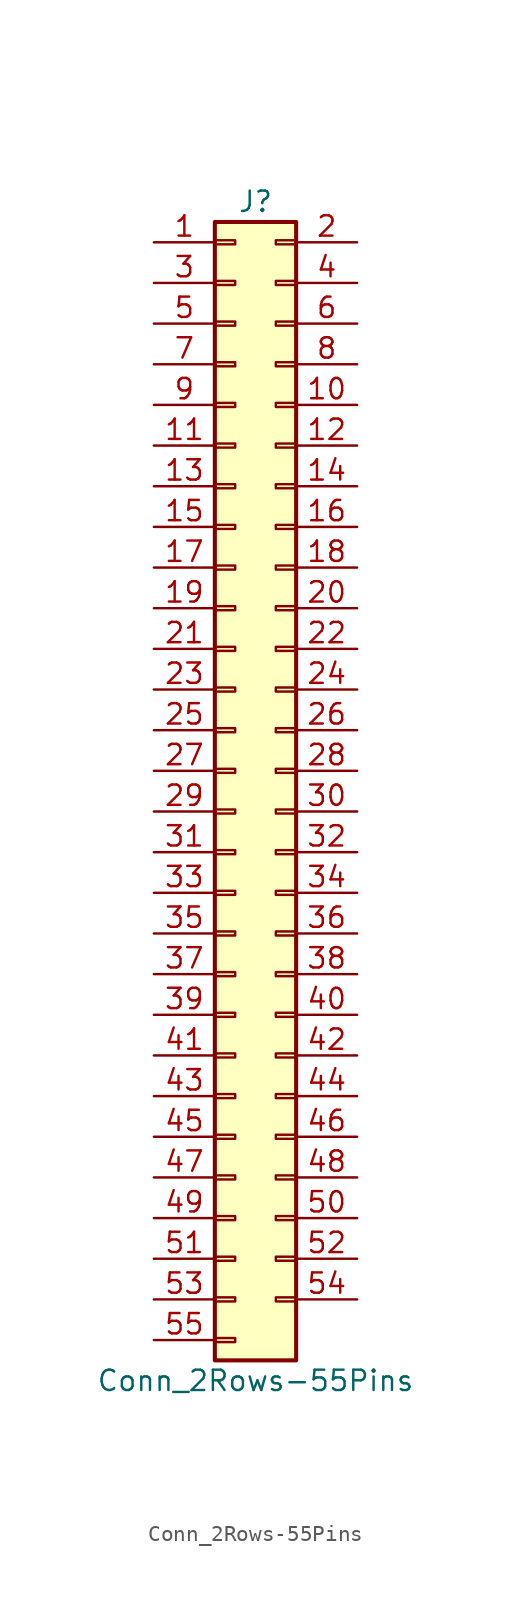
<source format=kicad_sym>
(kicad_symbol_lib
  (version 20201005)
  (generator kicad_symbol_editor)
  (symbol "Connector_Generic:Conn_2Rows-55Pins"
    (pin_names
      (offset 1.016) hide)
    (property "Reference" "J"
      (at 1.27 35.56 0)
      (effects (font (size 1.27 1.27))))
    (property "Value" "Conn_2Rows-55Pins"
      (at 1.27 -38.1 0)
      (effects (font (size 1.27 1.27))))
    (symbol "Conn_2Rows-55Pins_1_1"
      (rectangle (start -1.27 -27.813) (end 0 -28.067) (stroke (width 0.152)) (fill (type none)))
      (rectangle (start -1.27 -30.353) (end 0 -30.607) (stroke (width 0.152)) (fill (type none)))
      (rectangle (start -1.27 -32.893) (end 0 -33.147) (stroke (width 0.152)) (fill (type none)))
      (rectangle (start -1.27 -35.433) (end 0 -35.687) (stroke (width 0.152)) (fill (type none)))
      (rectangle (start -1.27 -4.953) (end 0 -5.207) (stroke (width 0.152)) (fill (type none)))
      (rectangle (start -1.27 -7.493) (end 0 -7.747) (stroke (width 0.152)) (fill (type none)))
      (rectangle (start -1.27 -10.033) (end 0 -10.287) (stroke (width 0.152)) (fill (type none)))
      (rectangle (start -1.27 -12.573) (end 0 -12.827) (stroke (width 0.152)) (fill (type none)))
      (rectangle (start -1.27 -15.113) (end 0 -15.367) (stroke (width 0.152)) (fill (type none)))
      (rectangle (start -1.27 -17.653) (end 0 -17.907) (stroke (width 0.152)) (fill (type none)))
      (rectangle (start -1.27 -20.193) (end 0 -20.447) (stroke (width 0.152)) (fill (type none)))
      (rectangle (start -1.27 -22.733) (end 0 -22.987) (stroke (width 0.152)) (fill (type none)))
      (rectangle (start -1.27 -2.413) (end 0 -2.667) (stroke (width 0.152)) (fill (type none)))
      (rectangle (start -1.27 -25.273) (end 0 -25.527) (stroke (width 0.152)) (fill (type none)))
      (rectangle (start -1.27 25.527) (end 0 25.273) (stroke (width 0.152)) (fill (type none)))
      (rectangle (start -1.27 2.667) (end 0 2.413) (stroke (width 0.152)) (fill (type none)))
      (rectangle (start -1.27 28.067) (end 0 27.813) (stroke (width 0.152)) (fill (type none)))
      (rectangle (start -1.27 30.607) (end 0 30.353) (stroke (width 0.152)) (fill (type none)))
      (rectangle (start -1.27 33.147) (end 0 32.893) (stroke (width 0.152)) (fill (type none)))
      (rectangle (start -1.27 34.29) (end 3.81 -36.83) (stroke (width 0.254)) (fill (type background)))
      (rectangle (start -1.27 5.207) (end 0 4.953) (stroke (width 0.152)) (fill (type none)))
      (rectangle (start -1.27 7.747) (end 0 7.493) (stroke (width 0.152)) (fill (type none)))
      (rectangle (start -1.27 10.287) (end 0 10.033) (stroke (width 0.152)) (fill (type none)))
      (rectangle (start -1.27 0.127) (end 0 -0.127) (stroke (width 0.152)) (fill (type none)))
      (rectangle (start -1.27 12.827) (end 0 12.573) (stroke (width 0.152)) (fill (type none)))
      (rectangle (start -1.27 15.367) (end 0 15.113) (stroke (width 0.152)) (fill (type none)))
      (rectangle (start -1.27 17.907) (end 0 17.653) (stroke (width 0.152)) (fill (type none)))
      (rectangle (start -1.27 20.447) (end 0 20.193) (stroke (width 0.152)) (fill (type none)))
      (rectangle (start -1.27 22.987) (end 0 22.733) (stroke (width 0.152)) (fill (type none)))
      (rectangle (start 3.81 -27.813) (end 2.54 -28.067) (stroke (width 0.152)) (fill (type none)))
      (rectangle (start 3.81 -30.353) (end 2.54 -30.607) (stroke (width 0.152)) (fill (type none)))
      (rectangle (start 3.81 -32.893) (end 2.54 -33.147) (stroke (width 0.152)) (fill (type none)))
      (rectangle (start 3.81 -4.953) (end 2.54 -5.207) (stroke (width 0.152)) (fill (type none)))
      (rectangle (start 3.81 -7.493) (end 2.54 -7.747) (stroke (width 0.152)) (fill (type none)))
      (rectangle (start 3.81 -10.033) (end 2.54 -10.287) (stroke (width 0.152)) (fill (type none)))
      (rectangle (start 3.81 -12.573) (end 2.54 -12.827) (stroke (width 0.152)) (fill (type none)))
      (rectangle (start 3.81 -15.113) (end 2.54 -15.367) (stroke (width 0.152)) (fill (type none)))
      (rectangle (start 3.81 -17.653) (end 2.54 -17.907) (stroke (width 0.152)) (fill (type none)))
      (rectangle (start 3.81 -20.193) (end 2.54 -20.447) (stroke (width 0.152)) (fill (type none)))
      (rectangle (start 3.81 -22.733) (end 2.54 -22.987) (stroke (width 0.152)) (fill (type none)))
      (rectangle (start 3.81 -2.413) (end 2.54 -2.667) (stroke (width 0.152)) (fill (type none)))
      (rectangle (start 3.81 -25.273) (end 2.54 -25.527) (stroke (width 0.152)) (fill (type none)))
      (rectangle (start 3.81 25.527) (end 2.54 25.273) (stroke (width 0.152)) (fill (type none)))
      (rectangle (start 3.81 2.667) (end 2.54 2.413) (stroke (width 0.152)) (fill (type none)))
      (rectangle (start 3.81 28.067) (end 2.54 27.813) (stroke (width 0.152)) (fill (type none)))
      (rectangle (start 3.81 30.607) (end 2.54 30.353) (stroke (width 0.152)) (fill (type none)))
      (rectangle (start 3.81 33.147) (end 2.54 32.893) (stroke (width 0.152)) (fill (type none)))
      (rectangle (start 3.81 5.207) (end 2.54 4.953) (stroke (width 0.152)) (fill (type none)))
      (rectangle (start 3.81 7.747) (end 2.54 7.493) (stroke (width 0.152)) (fill (type none)))
      (rectangle (start 3.81 10.287) (end 2.54 10.033) (stroke (width 0.152)) (fill (type none)))
      (rectangle (start 3.81 0.127) (end 2.54 -0.127) (stroke (width 0.152)) (fill (type none)))
      (rectangle (start 3.81 12.827) (end 2.54 12.573) (stroke (width 0.152)) (fill (type none)))
      (rectangle (start 3.81 15.367) (end 2.54 15.113) (stroke (width 0.152)) (fill (type none)))
      (rectangle (start 3.81 17.907) (end 2.54 17.653) (stroke (width 0.152)) (fill (type none)))
      (rectangle (start 3.81 20.447) (end 2.54 20.193) (stroke (width 0.152)) (fill (type none)))
      (rectangle (start 3.81 22.987) (end 2.54 22.733) (stroke (width 0.152)) (fill (type none)))
      (pin passive line (at -5.08 33.02 0) (length 3.81) (name "Pin_1" (effects (font (size 1.27 1.27)))) (number "1" (effects (font (size 1.27 1.27)))))
      (pin passive line (at 7.62 22.86 180) (length 3.81) (name "Pin_10" (effects (font (size 1.27 1.27)))) (number "10" (effects (font (size 1.27 1.27)))))
      (pin passive line (at -5.08 20.32 0) (length 3.81) (name "Pin_11" (effects (font (size 1.27 1.27)))) (number "11" (effects (font (size 1.27 1.27)))))
      (pin passive line (at 7.62 20.32 180) (length 3.81) (name "Pin_12" (effects (font (size 1.27 1.27)))) (number "12" (effects (font (size 1.27 1.27)))))
      (pin passive line (at -5.08 17.78 0) (length 3.81) (name "Pin_13" (effects (font (size 1.27 1.27)))) (number "13" (effects (font (size 1.27 1.27)))))
      (pin passive line (at 7.62 17.78 180) (length 3.81) (name "Pin_14" (effects (font (size 1.27 1.27)))) (number "14" (effects (font (size 1.27 1.27)))))
      (pin passive line (at -5.08 15.24 0) (length 3.81) (name "Pin_15" (effects (font (size 1.27 1.27)))) (number "15" (effects (font (size 1.27 1.27)))))
      (pin passive line (at 7.62 15.24 180) (length 3.81) (name "Pin_16" (effects (font (size 1.27 1.27)))) (number "16" (effects (font (size 1.27 1.27)))))
      (pin passive line (at -5.08 12.7 0) (length 3.81) (name "Pin_17" (effects (font (size 1.27 1.27)))) (number "17" (effects (font (size 1.27 1.27)))))
      (pin passive line (at 7.62 12.7 180) (length 3.81) (name "Pin_18" (effects (font (size 1.27 1.27)))) (number "18" (effects (font (size 1.27 1.27)))))
      (pin passive line (at -5.08 10.16 0) (length 3.81) (name "Pin_19" (effects (font (size 1.27 1.27)))) (number "19" (effects (font (size 1.27 1.27)))))
      (pin passive line (at 7.62 33.02 180) (length 3.81) (name "Pin_2" (effects (font (size 1.27 1.27)))) (number "2" (effects (font (size 1.27 1.27)))))
      (pin passive line (at 7.62 10.16 180) (length 3.81) (name "Pin_20" (effects (font (size 1.27 1.27)))) (number "20" (effects (font (size 1.27 1.27)))))
      (pin passive line (at -5.08 7.62 0) (length 3.81) (name "Pin_21" (effects (font (size 1.27 1.27)))) (number "21" (effects (font (size 1.27 1.27)))))
      (pin passive line (at 7.62 7.62 180) (length 3.81) (name "Pin_22" (effects (font (size 1.27 1.27)))) (number "22" (effects (font (size 1.27 1.27)))))
      (pin passive line (at -5.08 5.08 0) (length 3.81) (name "Pin_23" (effects (font (size 1.27 1.27)))) (number "23" (effects (font (size 1.27 1.27)))))
      (pin passive line (at 7.62 5.08 180) (length 3.81) (name "Pin_24" (effects (font (size 1.27 1.27)))) (number "24" (effects (font (size 1.27 1.27)))))
      (pin passive line (at -5.08 2.54 0) (length 3.81) (name "Pin_25" (effects (font (size 1.27 1.27)))) (number "25" (effects (font (size 1.27 1.27)))))
      (pin passive line (at 7.62 2.54 180) (length 3.81) (name "Pin_26" (effects (font (size 1.27 1.27)))) (number "26" (effects (font (size 1.27 1.27)))))
      (pin passive line (at -5.08 0 0) (length 3.81) (name "Pin_27" (effects (font (size 1.27 1.27)))) (number "27" (effects (font (size 1.27 1.27)))))
      (pin passive line (at 7.62 0 180) (length 3.81) (name "Pin_28" (effects (font (size 1.27 1.27)))) (number "28" (effects (font (size 1.27 1.27)))))
      (pin passive line (at -5.08 -2.54 0) (length 3.81) (name "Pin_29" (effects (font (size 1.27 1.27)))) (number "29" (effects (font (size 1.27 1.27)))))
      (pin passive line (at -5.08 30.48 0) (length 3.81) (name "Pin_3" (effects (font (size 1.27 1.27)))) (number "3" (effects (font (size 1.27 1.27)))))
      (pin passive line (at 7.62 -2.54 180) (length 3.81) (name "Pin_30" (effects (font (size 1.27 1.27)))) (number "30" (effects (font (size 1.27 1.27)))))
      (pin passive line (at -5.08 -5.08 0) (length 3.81) (name "Pin_31" (effects (font (size 1.27 1.27)))) (number "31" (effects (font (size 1.27 1.27)))))
      (pin passive line (at 7.62 -5.08 180) (length 3.81) (name "Pin_32" (effects (font (size 1.27 1.27)))) (number "32" (effects (font (size 1.27 1.27)))))
      (pin passive line (at -5.08 -7.62 0) (length 3.81) (name "Pin_33" (effects (font (size 1.27 1.27)))) (number "33" (effects (font (size 1.27 1.27)))))
      (pin passive line (at 7.62 -7.62 180) (length 3.81) (name "Pin_34" (effects (font (size 1.27 1.27)))) (number "34" (effects (font (size 1.27 1.27)))))
      (pin passive line (at -5.08 -10.16 0) (length 3.81) (name "Pin_35" (effects (font (size 1.27 1.27)))) (number "35" (effects (font (size 1.27 1.27)))))
      (pin passive line (at 7.62 -10.16 180) (length 3.81) (name "Pin_36" (effects (font (size 1.27 1.27)))) (number "36" (effects (font (size 1.27 1.27)))))
      (pin passive line (at -5.08 -12.7 0) (length 3.81) (name "Pin_37" (effects (font (size 1.27 1.27)))) (number "37" (effects (font (size 1.27 1.27)))))
      (pin passive line (at 7.62 -12.7 180) (length 3.81) (name "Pin_38" (effects (font (size 1.27 1.27)))) (number "38" (effects (font (size 1.27 1.27)))))
      (pin passive line (at -5.08 -15.24 0) (length 3.81) (name "Pin_39" (effects (font (size 1.27 1.27)))) (number "39" (effects (font (size 1.27 1.27)))))
      (pin passive line (at 7.62 30.48 180) (length 3.81) (name "Pin_4" (effects (font (size 1.27 1.27)))) (number "4" (effects (font (size 1.27 1.27)))))
      (pin passive line (at 7.62 -15.24 180) (length 3.81) (name "Pin_40" (effects (font (size 1.27 1.27)))) (number "40" (effects (font (size 1.27 1.27)))))
      (pin passive line (at -5.08 -17.78 0) (length 3.81) (name "Pin_41" (effects (font (size 1.27 1.27)))) (number "41" (effects (font (size 1.27 1.27)))))
      (pin passive line (at 7.62 -17.78 180) (length 3.81) (name "Pin_42" (effects (font (size 1.27 1.27)))) (number "42" (effects (font (size 1.27 1.27)))))
      (pin passive line (at -5.08 -20.32 0) (length 3.81) (name "Pin_43" (effects (font (size 1.27 1.27)))) (number "43" (effects (font (size 1.27 1.27)))))
      (pin passive line (at 7.62 -20.32 180) (length 3.81) (name "Pin_44" (effects (font (size 1.27 1.27)))) (number "44" (effects (font (size 1.27 1.27)))))
      (pin passive line (at -5.08 -22.86 0) (length 3.81) (name "Pin_45" (effects (font (size 1.27 1.27)))) (number "45" (effects (font (size 1.27 1.27)))))
      (pin passive line (at 7.62 -22.86 180) (length 3.81) (name "Pin_46" (effects (font (size 1.27 1.27)))) (number "46" (effects (font (size 1.27 1.27)))))
      (pin passive line (at -5.08 -25.4 0) (length 3.81) (name "Pin_47" (effects (font (size 1.27 1.27)))) (number "47" (effects (font (size 1.27 1.27)))))
      (pin passive line (at 7.62 -25.4 180) (length 3.81) (name "Pin_48" (effects (font (size 1.27 1.27)))) (number "48" (effects (font (size 1.27 1.27)))))
      (pin passive line (at -5.08 -27.94 0) (length 3.81) (name "Pin_49" (effects (font (size 1.27 1.27)))) (number "49" (effects (font (size 1.27 1.27)))))
      (pin passive line (at -5.08 27.94 0) (length 3.81) (name "Pin_5" (effects (font (size 1.27 1.27)))) (number "5" (effects (font (size 1.27 1.27)))))
      (pin passive line (at 7.62 -27.94 180) (length 3.81) (name "Pin_50" (effects (font (size 1.27 1.27)))) (number "50" (effects (font (size 1.27 1.27)))))
      (pin passive line (at -5.08 -30.48 0) (length 3.81) (name "Pin_51" (effects (font (size 1.27 1.27)))) (number "51" (effects (font (size 1.27 1.27)))))
      (pin passive line (at 7.62 -30.48 180) (length 3.81) (name "Pin_52" (effects (font (size 1.27 1.27)))) (number "52" (effects (font (size 1.27 1.27)))))
      (pin passive line (at -5.08 -33.02 0) (length 3.81) (name "Pin_53" (effects (font (size 1.27 1.27)))) (number "53" (effects (font (size 1.27 1.27)))))
      (pin passive line (at 7.62 -33.02 180) (length 3.81) (name "Pin_54" (effects (font (size 1.27 1.27)))) (number "54" (effects (font (size 1.27 1.27)))))
      (pin passive line (at -5.08 -35.56 0) (length 3.81) (name "Pin_55" (effects (font (size 1.27 1.27)))) (number "55" (effects (font (size 1.27 1.27)))))
      (pin passive line (at 7.62 27.94 180) (length 3.81) (name "Pin_6" (effects (font (size 1.27 1.27)))) (number "6" (effects (font (size 1.27 1.27)))))
      (pin passive line (at -5.08 25.4 0) (length 3.81) (name "Pin_7" (effects (font (size 1.27 1.27)))) (number "7" (effects (font (size 1.27 1.27)))))
      (pin passive line (at 7.62 25.4 180) (length 3.81) (name "Pin_8" (effects (font (size 1.27 1.27)))) (number "8" (effects (font (size 1.27 1.27)))))
      (pin passive line (at -5.08 22.86 0) (length 3.81) (name "Pin_9" (effects (font (size 1.27 1.27)))) (number "9" (effects (font (size 1.27 1.27))))))))
</source>
